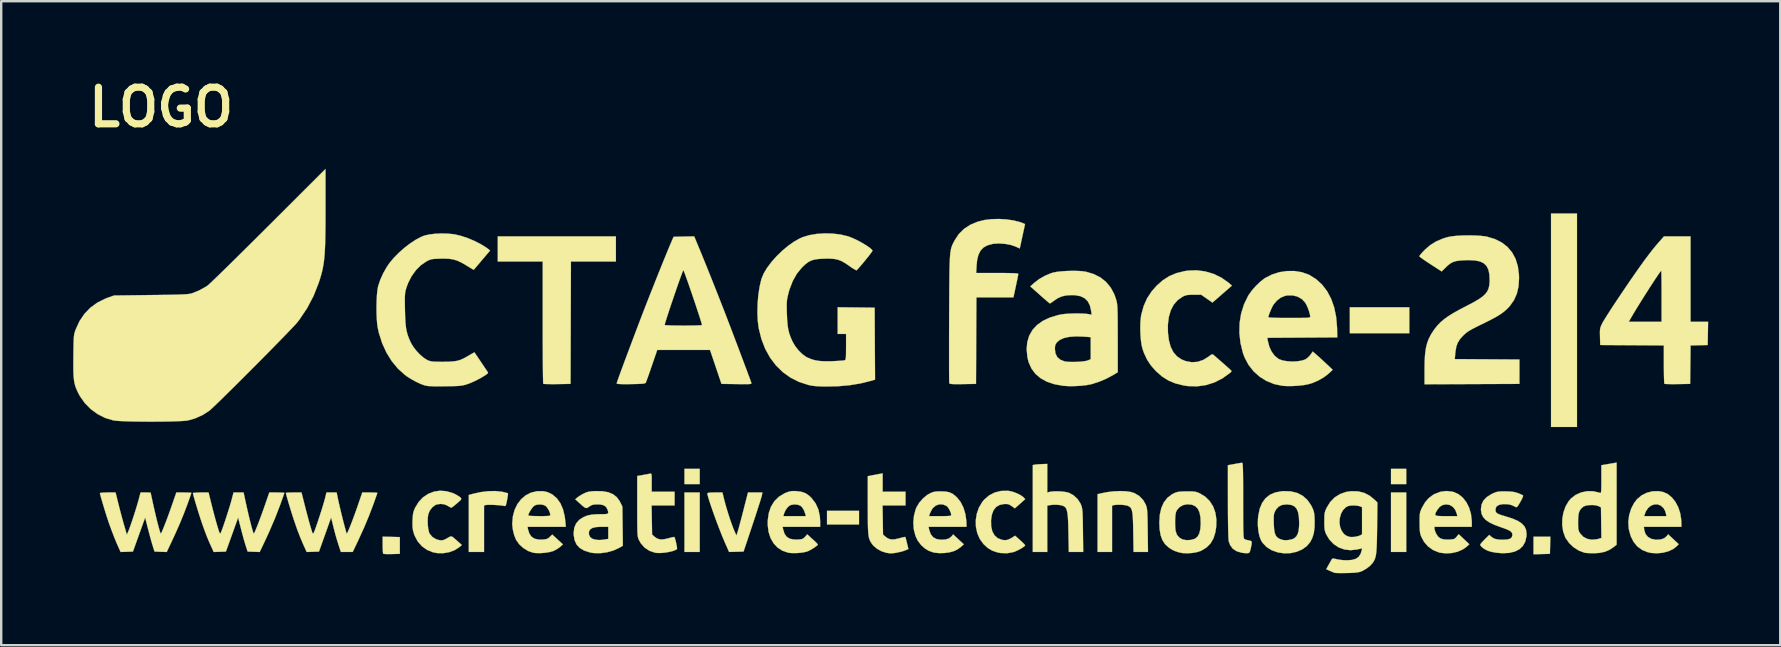
<source format=kicad_pcb>
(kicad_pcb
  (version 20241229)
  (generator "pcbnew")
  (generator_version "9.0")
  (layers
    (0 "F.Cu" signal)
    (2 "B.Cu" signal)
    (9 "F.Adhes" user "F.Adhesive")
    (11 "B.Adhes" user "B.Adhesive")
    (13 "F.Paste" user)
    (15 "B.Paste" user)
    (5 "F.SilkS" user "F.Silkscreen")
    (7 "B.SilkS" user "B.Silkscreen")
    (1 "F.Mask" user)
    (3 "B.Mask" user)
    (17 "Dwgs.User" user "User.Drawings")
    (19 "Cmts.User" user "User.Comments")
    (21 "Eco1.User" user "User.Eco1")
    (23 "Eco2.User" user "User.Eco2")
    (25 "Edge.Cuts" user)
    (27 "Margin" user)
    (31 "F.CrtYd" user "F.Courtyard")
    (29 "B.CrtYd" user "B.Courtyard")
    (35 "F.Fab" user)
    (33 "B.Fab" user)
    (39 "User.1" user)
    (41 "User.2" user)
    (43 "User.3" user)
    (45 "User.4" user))
  (footprint "LOGO"
    (layer "F.Cu")
    (at 34.164 12.418)
    (property "Reference" "LOGO" (at -30.5 -11 0) (layer "F.SilkS") (effects (font (size 1.524 1.524) (thickness 0.3))))
    (attr through_hole)
    (fp_poly (pts (xy -8.065 4.699) (xy -8.7 4.699) (xy -8.7 4.064) (xy -8.065 4.064) (xy -8.065 4.699)) (stroke (width 0.01) (type solid)) (fill yes) (layer "F.SilkS"))
    (fp_poly (pts (xy -8.065 7.525) (xy -8.7 7.525) (xy -8.7 5.048) (xy -8.065 5.048) (xy -8.065 7.525)) (stroke (width 0.01) (type solid)) (fill yes) (layer "F.SilkS"))
    (fp_poly (pts (xy -1.429 6.382) (xy -2.762 6.382) (xy -2.762 5.81) (xy -1.429 5.81) (xy -1.429 6.382)) (stroke (width 0.01) (type solid)) (fill yes) (layer "F.SilkS"))
    (fp_poly (pts (xy 21.368 4.699) (xy 20.733 4.699) (xy 20.733 4.064) (xy 21.368 4.064) (xy 21.368 4.699)) (stroke (width 0.01) (type solid)) (fill yes) (layer "F.SilkS"))
    (fp_poly (pts (xy 21.368 7.525) (xy 20.733 7.525) (xy 20.733 5.048) (xy 21.368 5.048) (xy 21.368 7.525)) (stroke (width 0.01) (type solid)) (fill yes) (layer "F.SilkS"))
    (fp_poly (pts (xy 21.495 -1.587) (xy 19.018 -1.587) (xy 19.018 -2.667) (xy 21.495 -2.667) (xy 21.495 -1.587)) (stroke (width 0.01) (type solid)) (fill yes) (layer "F.SilkS"))
    (fp_poly (pts (xy 28.48 2.318) (xy 27.4 2.318) (xy 27.4 -6.572) (xy 28.48 -6.572) (xy 28.48 2.318)) (stroke (width 0.01) (type solid)) (fill yes) (layer "F.SilkS"))
    (fp_poly (pts (xy 27.362 7.247) (xy 27.353 7.604) (xy 27.011 7.613) (xy 26.67 7.622) (xy 26.67 6.89) (xy 27.371 6.89) (xy 27.362 7.247)) (stroke (width 0.01) (type solid)) (fill yes) (layer "F.SilkS"))
    (fp_poly (pts (xy -20.915 6.897) (xy -20.558 6.906) (xy -20.558 7.604) (xy -20.893 7.613) (xy -21.033 7.615) (xy -21.149 7.612) (xy -21.226 7.606) (xy -21.25 7.6) (xy -21.259 7.561) (xy -21.267 7.472) (xy -21.271 7.348) (xy -21.273 7.233) (xy -21.273 6.888) (xy -20.915 6.897)) (stroke (width 0.01) (type solid)) (fill yes) (layer "F.SilkS"))
    (fp_poly (pts (xy -11.557 -4.572) (xy -13.43 -4.572) (xy -13.438 -2.024) (xy -13.446 0.524) (xy -14.004 0.533) (xy -14.186 0.534) (xy -14.346 0.533) (xy -14.472 0.53) (xy -14.555 0.525) (xy -14.583 0.519) (xy -14.587 0.485) (xy -14.59 0.392) (xy -14.593 0.245) (xy -14.596 0.049) (xy -14.598 -0.192) (xy -14.6 -0.471) (xy -14.602 -0.786) (xy -14.604 -1.13) (xy -14.605 -1.499) (xy -14.605 -1.888) (xy -14.605 -2.037) (xy -14.605 -4.572) (xy -16.478 -4.572) (xy -16.478 -5.62) (xy -11.557 -5.62) (xy -11.557 -4.572)) (stroke (width 0.01) (type solid)) (fill yes) (layer "F.SilkS"))
    (fp_poly (pts (xy -16.314 5.015) (xy -16.247 5.029) (xy -16.147 5.054) (xy -16.076 5.074) (xy -16.052 5.084) (xy -16.052 5.118) (xy -16.063 5.2) (xy -16.082 5.313) (xy -16.091 5.36) (xy -16.117 5.488) (xy -16.137 5.565) (xy -16.158 5.603) (xy -16.186 5.612) (xy -16.223 5.605) (xy -16.312 5.591) (xy -16.438 5.578) (xy -16.583 5.568) (xy -16.728 5.562) (xy -16.855 5.561) (xy -16.945 5.565) (xy -16.967 5.569) (xy -17.05 5.589) (xy -17.05 7.525) (xy -17.685 7.525) (xy -17.685 5.152) (xy -17.502 5.101) (xy -17.19 5.032) (xy -16.877 4.994) (xy -16.58 4.988) (xy -16.314 5.015)) (stroke (width 0.01) (type solid)) (fill yes) (layer "F.SilkS"))
    (fp_poly (pts (xy 9.681 4.997) (xy 9.889 5.026) (xy 10.049 5.076) (xy 10.25 5.198) (xy 10.41 5.365) (xy 10.517 5.555) (xy 10.537 5.61) (xy 10.554 5.666) (xy 10.566 5.731) (xy 10.576 5.814) (xy 10.583 5.922) (xy 10.588 6.064) (xy 10.593 6.248) (xy 10.596 6.484) (xy 10.598 6.628) (xy 10.609 7.525) (xy 10.008 7.525) (xy 9.995 6.707) (xy 9.99 6.424) (xy 9.983 6.198) (xy 9.973 6.021) (xy 9.958 5.886) (xy 9.936 5.787) (xy 9.907 5.715) (xy 9.869 5.665) (xy 9.821 5.629) (xy 9.765 5.603) (xy 9.666 5.577) (xy 9.529 5.561) (xy 9.381 5.557) (xy 9.248 5.564) (xy 9.184 5.576) (xy 9.112 5.595) (xy 9.112 7.525) (xy 8.509 7.525) (xy 8.509 5.119) (xy 8.644 5.086) (xy 8.907 5.033) (xy 9.176 5.001) (xy 9.439 4.989) (xy 9.681 4.997)) (stroke (width 0.01) (type solid)) (fill yes) (layer "F.SilkS"))
    (fp_poly (pts (xy -7.047 5.342) (xy -6.997 5.533) (xy -6.933 5.752) (xy -6.862 5.981) (xy -6.788 6.206) (xy -6.716 6.41) (xy -6.652 6.578) (xy -6.621 6.652) (xy -6.535 6.842) (xy -6.475 6.652) (xy -6.449 6.565) (xy -6.412 6.428) (xy -6.365 6.254) (xy -6.312 6.054) (xy -6.257 5.84) (xy -6.235 5.755) (xy -6.054 5.048) (xy -5.454 5.048) (xy -5.476 5.167) (xy -5.491 5.224) (xy -5.523 5.334) (xy -5.571 5.488) (xy -5.633 5.68) (xy -5.704 5.902) (xy -5.784 6.145) (xy -5.868 6.398) (xy -6.239 7.509) (xy -6.842 7.525) (xy -7.012 7.142) (xy -7.091 6.957) (xy -7.176 6.746) (xy -7.266 6.517) (xy -7.356 6.279) (xy -7.444 6.04) (xy -7.526 5.809) (xy -7.6 5.595) (xy -7.662 5.407) (xy -7.709 5.253) (xy -7.739 5.141) (xy -7.747 5.086) (xy -7.723 5.067) (xy -7.646 5.054) (xy -7.513 5.049) (xy -7.433 5.048) (xy -7.119 5.048) (xy -7.047 5.342)) (stroke (width 0.01) (type solid)) (fill yes) (layer "F.SilkS"))
    (fp_poly (pts (xy 6.414 4.454) (xy 6.413 5.049) (xy 6.501 5.025) (xy 6.624 5.005) (xy 6.785 4.998) (xy 6.962 5.003) (xy 7.131 5.02) (xy 7.271 5.047) (xy 7.317 5.061) (xy 7.513 5.169) (xy 7.678 5.323) (xy 7.798 5.51) (xy 7.816 5.551) (xy 7.838 5.607) (xy 7.854 5.664) (xy 7.867 5.728) (xy 7.877 5.809) (xy 7.884 5.915) (xy 7.89 6.054) (xy 7.894 6.236) (xy 7.897 6.467) (xy 7.899 6.628) (xy 7.91 7.525) (xy 7.311 7.525) (xy 7.295 6.723) (xy 7.289 6.436) (xy 7.28 6.205) (xy 7.268 6.023) (xy 7.25 5.885) (xy 7.226 5.782) (xy 7.195 5.708) (xy 7.154 5.657) (xy 7.102 5.62) (xy 7.06 5.6) (xy 6.949 5.572) (xy 6.802 5.558) (xy 6.644 5.56) (xy 6.513 5.576) (xy 6.413 5.596) (xy 6.413 7.525) (xy 5.81 7.525) (xy 5.81 3.906) (xy 5.882 3.891) (xy 5.949 3.882) (xy 6.056 3.873) (xy 6.181 3.866) (xy 6.183 3.866) (xy 6.414 3.858) (xy 6.414 4.454)) (stroke (width 0.01) (type solid)) (fill yes) (layer "F.SilkS"))
    (fp_poly (pts (xy -0.445 5.016) (xy 0.508 5.016) (xy 0.508 5.588) (xy -0.448 5.588) (xy -0.429 6.8) (xy -0.327 6.891) (xy -0.215 6.968) (xy -0.091 7.004) (xy 0.058 7) (xy 0.245 6.957) (xy 0.248 6.957) (xy 0.361 6.925) (xy 0.449 6.905) (xy 0.495 6.899) (xy 0.498 6.9) (xy 0.511 6.936) (xy 0.534 7.017) (xy 0.562 7.128) (xy 0.569 7.159) (xy 0.628 7.403) (xy 0.484 7.465) (xy 0.38 7.5) (xy 0.242 7.534) (xy 0.094 7.563) (xy -0.039 7.581) (xy -0.127 7.584) (xy -0.187 7.576) (xy -0.278 7.561) (xy -0.31 7.555) (xy -0.499 7.493) (xy -0.68 7.392) (xy -0.829 7.265) (xy -0.877 7.207) (xy -0.922 7.143) (xy -0.959 7.081) (xy -0.989 7.015) (xy -1.013 6.939) (xy -1.031 6.845) (xy -1.044 6.727) (xy -1.053 6.579) (xy -1.059 6.393) (xy -1.062 6.164) (xy -1.063 5.883) (xy -1.064 5.574) (xy -1.064 4.369) (xy -0.873 4.331) (xy -0.746 4.307) (xy -0.625 4.284) (xy -0.564 4.273) (xy -0.445 4.252) (xy -0.445 5.016)) (stroke (width 0.01) (type solid)) (fill yes) (layer "F.SilkS"))
    (fp_poly (pts (xy 14.543 3.823) (xy 14.551 3.863) (xy 14.557 3.936) (xy 14.563 4.045) (xy 14.567 4.196) (xy 14.57 4.392) (xy 14.572 4.637) (xy 14.573 4.936) (xy 14.573 5.294) (xy 14.573 5.378) (xy 14.574 5.743) (xy 14.574 6.049) (xy 14.576 6.302) (xy 14.578 6.506) (xy 14.582 6.666) (xy 14.586 6.788) (xy 14.592 6.875) (xy 14.6 6.934) (xy 14.609 6.968) (xy 14.617 6.982) (xy 14.675 7.01) (xy 14.766 7.036) (xy 14.8 7.043) (xy 14.885 7.061) (xy 14.924 7.086) (xy 14.931 7.133) (xy 14.929 7.165) (xy 14.915 7.256) (xy 14.892 7.371) (xy 14.881 7.418) (xy 14.855 7.51) (xy 14.825 7.557) (xy 14.779 7.575) (xy 14.748 7.577) (xy 14.656 7.575) (xy 14.542 7.562) (xy 14.507 7.557) (xy 14.302 7.495) (xy 14.144 7.391) (xy 14.032 7.243) (xy 13.973 7.08) (xy 13.965 7.013) (xy 13.958 6.887) (xy 13.952 6.706) (xy 13.947 6.474) (xy 13.943 6.197) (xy 13.94 5.878) (xy 13.939 5.521) (xy 13.939 5.425) (xy 13.938 3.912) (xy 14.216 3.861) (xy 14.345 3.838) (xy 14.452 3.82) (xy 14.521 3.811) (xy 14.534 3.81) (xy 14.543 3.823)) (stroke (width 0.01) (type solid)) (fill yes) (layer "F.SilkS"))
    (fp_poly (pts (xy -10.086 4.267) (xy -10.074 4.299) (xy -10.067 4.363) (xy -10.065 4.471) (xy -10.065 4.632) (xy -10.065 5.016) (xy -9.112 5.016) (xy -9.112 5.588) (xy -10.07 5.588) (xy -10.059 6.194) (xy -10.049 6.8) (xy -9.947 6.891) (xy -9.835 6.968) (xy -9.711 7.004) (xy -9.562 7) (xy -9.375 6.957) (xy -9.372 6.957) (xy -9.259 6.925) (xy -9.171 6.905) (xy -9.125 6.9) (xy -9.122 6.901) (xy -9.102 6.944) (xy -9.077 7.027) (xy -9.051 7.133) (xy -9.029 7.241) (xy -9.013 7.335) (xy -9.009 7.395) (xy -9.012 7.406) (xy -9.09 7.453) (xy -9.214 7.495) (xy -9.369 7.53) (xy -9.538 7.556) (xy -9.705 7.569) (xy -9.854 7.566) (xy -9.927 7.556) (xy -10.158 7.478) (xy -10.356 7.348) (xy -10.514 7.172) (xy -10.593 7.033) (xy -10.612 6.992) (xy -10.627 6.952) (xy -10.639 6.907) (xy -10.649 6.849) (xy -10.656 6.774) (xy -10.661 6.673) (xy -10.664 6.54) (xy -10.666 6.369) (xy -10.667 6.153) (xy -10.668 5.886) (xy -10.668 5.617) (xy -10.668 4.36) (xy -10.438 4.32) (xy -10.314 4.298) (xy -10.206 4.278) (xy -10.138 4.264) (xy -10.136 4.264) (xy -10.106 4.259) (xy -10.086 4.267)) (stroke (width 0.01) (type solid)) (fill yes) (layer "F.SilkS"))
    (fp_poly (pts (xy 4.829 4.985) (xy 4.978 5.019) (xy 5.137 5.077) (xy 5.285 5.15) (xy 5.399 5.227) (xy 5.429 5.255) (xy 5.495 5.325) (xy 5.28 5.516) (xy 5.064 5.708) (xy 4.926 5.613) (xy 4.837 5.557) (xy 4.761 5.531) (xy 4.667 5.527) (xy 4.607 5.53) (xy 4.424 5.568) (xy 4.28 5.654) (xy 4.174 5.789) (xy 4.105 5.974) (xy 4.071 6.21) (xy 4.076 6.458) (xy 4.124 6.666) (xy 4.214 6.83) (xy 4.345 6.948) (xy 4.515 7.017) (xy 4.522 7.019) (xy 4.644 7.036) (xy 4.754 7.022) (xy 4.873 6.972) (xy 4.989 6.902) (xy 5.073 6.848) (xy 5.283 7.035) (xy 5.376 7.121) (xy 5.448 7.192) (xy 5.488 7.237) (xy 5.493 7.245) (xy 5.466 7.283) (xy 5.396 7.336) (xy 5.297 7.397) (xy 5.183 7.457) (xy 5.071 7.507) (xy 5.009 7.53) (xy 4.74 7.58) (xy 4.462 7.569) (xy 4.334 7.544) (xy 4.117 7.47) (xy 3.934 7.36) (xy 3.761 7.201) (xy 3.754 7.193) (xy 3.6 6.98) (xy 3.496 6.738) (xy 3.441 6.476) (xy 3.434 6.206) (xy 3.476 5.938) (xy 3.565 5.681) (xy 3.703 5.448) (xy 3.796 5.335) (xy 3.997 5.166) (xy 4.23 5.047) (xy 4.487 4.984) (xy 4.76 4.978) (xy 4.829 4.985)) (stroke (width 0.01) (type solid)) (fill yes) (layer "F.SilkS"))
    (fp_poly (pts (xy 32.074 5.028) (xy 32.266 5.116) (xy 32.437 5.257) (xy 32.584 5.443) (xy 32.701 5.666) (xy 32.782 5.918) (xy 32.824 6.189) (xy 32.829 6.31) (xy 32.83 6.477) (xy 31.265 6.477) (xy 31.283 6.609) (xy 31.333 6.772) (xy 31.432 6.896) (xy 31.574 6.979) (xy 31.755 7.015) (xy 31.803 7.017) (xy 31.981 7.002) (xy 32.114 6.955) (xy 32.212 6.872) (xy 32.213 6.871) (xy 32.279 6.791) (xy 32.499 6.996) (xy 32.718 7.201) (xy 32.645 7.279) (xy 32.492 7.402) (xy 32.294 7.495) (xy 32.068 7.556) (xy 31.826 7.581) (xy 31.584 7.568) (xy 31.435 7.538) (xy 31.197 7.443) (xy 30.998 7.299) (xy 30.838 7.106) (xy 30.718 6.866) (xy 30.641 6.58) (xy 30.636 6.548) (xy 30.619 6.272) (xy 30.649 6.032) (xy 31.277 6.032) (xy 32.203 6.032) (xy 32.184 5.918) (xy 32.152 5.816) (xy 32.096 5.713) (xy 32.085 5.699) (xy 31.972 5.594) (xy 31.841 5.543) (xy 31.703 5.544) (xy 31.569 5.593) (xy 31.449 5.688) (xy 31.354 5.826) (xy 31.324 5.898) (xy 31.277 6.032) (xy 30.649 6.032) (xy 30.654 5.992) (xy 30.737 5.723) (xy 30.864 5.48) (xy 30.984 5.326) (xy 31.17 5.169) (xy 31.39 5.059) (xy 31.63 4.998) (xy 31.878 4.992) (xy 32.074 5.028)) (stroke (width 0.01) (type solid)) (fill yes) (layer "F.SilkS"))
    (fp_poly (pts (xy -18.62 4.994) (xy -18.354 5.072) (xy -18.27 5.11) (xy -18.163 5.168) (xy -18.073 5.224) (xy -18.024 5.264) (xy -18.001 5.295) (xy -18.001 5.325) (xy -18.029 5.365) (xy -18.093 5.427) (xy -18.18 5.503) (xy -18.277 5.584) (xy -18.357 5.646) (xy -18.407 5.68) (xy -18.416 5.683) (xy -18.457 5.667) (xy -18.528 5.625) (xy -18.561 5.604) (xy -18.698 5.544) (xy -18.858 5.523) (xy -19.013 5.545) (xy -19.08 5.571) (xy -19.208 5.668) (xy -19.312 5.807) (xy -19.37 5.947) (xy -19.391 6.076) (xy -19.398 6.236) (xy -19.392 6.405) (xy -19.374 6.566) (xy -19.344 6.697) (xy -19.317 6.764) (xy -19.202 6.901) (xy -19.046 6.995) (xy -18.906 7.035) (xy -18.818 7.042) (xy -18.741 7.029) (xy -18.651 6.99) (xy -18.587 6.954) (xy -18.512 6.911) (xy -18.458 6.883) (xy -18.414 6.877) (xy -18.367 6.896) (xy -18.304 6.943) (xy -18.213 7.023) (xy -18.123 7.104) (xy -17.974 7.237) (xy -18.076 7.322) (xy -18.27 7.449) (xy -18.501 7.535) (xy -18.75 7.577) (xy -19.002 7.573) (xy -19.177 7.539) (xy -19.424 7.439) (xy -19.638 7.287) (xy -19.811 7.09) (xy -19.939 6.853) (xy -19.974 6.753) (xy -20.008 6.631) (xy -20.026 6.515) (xy -20.032 6.382) (xy -20.029 6.214) (xy -20.02 6.052) (xy -20.006 5.933) (xy -19.982 5.834) (xy -19.943 5.734) (xy -19.92 5.683) (xy -19.774 5.443) (xy -19.591 5.249) (xy -19.376 5.105) (xy -19.138 5.013) (xy -18.883 4.975) (xy -18.62 4.994)) (stroke (width 0.01) (type solid)) (fill yes) (layer "F.SilkS"))
    (fp_poly (pts (xy 30.131 7.223) (xy 30.018 7.313) (xy 29.833 7.438) (xy 29.637 7.52) (xy 29.415 7.565) (xy 29.226 7.578) (xy 29.075 7.578) (xy 28.935 7.572) (xy 28.826 7.562) (xy 28.789 7.555) (xy 28.557 7.468) (xy 28.339 7.33) (xy 28.152 7.153) (xy 28.01 6.951) (xy 27.99 6.913) (xy 27.905 6.673) (xy 27.865 6.411) (xy 27.868 6.273) (xy 28.527 6.273) (xy 28.528 6.429) (xy 28.533 6.538) (xy 28.545 6.614) (xy 28.566 6.675) (xy 28.6 6.734) (xy 28.617 6.76) (xy 28.74 6.892) (xy 28.901 6.978) (xy 29.088 7.015) (xy 29.292 7) (xy 29.374 6.98) (xy 29.497 6.943) (xy 29.488 6.305) (xy 29.48 5.668) (xy 29.385 5.62) (xy 29.274 5.585) (xy 29.133 5.57) (xy 28.984 5.574) (xy 28.849 5.595) (xy 28.751 5.634) (xy 28.744 5.639) (xy 28.655 5.717) (xy 28.593 5.804) (xy 28.554 5.912) (xy 28.534 6.056) (xy 28.527 6.249) (xy 28.527 6.273) (xy 27.868 6.273) (xy 27.87 6.14) (xy 27.918 5.874) (xy 28.006 5.627) (xy 28.133 5.411) (xy 28.226 5.302) (xy 28.421 5.15) (xy 28.648 5.047) (xy 28.895 4.995) (xy 29.151 4.996) (xy 29.404 5.052) (xy 29.444 5.067) (xy 29.462 5.069) (xy 29.476 5.053) (xy 29.485 5.011) (xy 29.491 4.935) (xy 29.494 4.817) (xy 29.496 4.649) (xy 29.496 4.499) (xy 29.496 3.912) (xy 29.71 3.876) (xy 29.838 3.854) (xy 29.955 3.834) (xy 30.028 3.821) (xy 30.131 3.803) (xy 30.131 7.223)) (stroke (width 0.01) (type solid)) (fill yes) (layer "F.SilkS"))
    (fp_poly (pts (xy -4.034 4.992) (xy -3.828 5.019) (xy -3.66 5.078) (xy -3.509 5.18) (xy -3.409 5.276) (xy -3.239 5.498) (xy -3.123 5.754) (xy -3.06 6.043) (xy -3.048 6.247) (xy -3.048 6.477) (xy -4.612 6.477) (xy -4.591 6.579) (xy -4.536 6.759) (xy -4.448 6.888) (xy -4.323 6.97) (xy -4.155 7.007) (xy -4.005 7.01) (xy -3.882 7.002) (xy -3.802 6.988) (xy -3.747 6.961) (xy -3.696 6.914) (xy -3.679 6.896) (xy -3.586 6.792) (xy -3.365 6.992) (xy -3.269 7.081) (xy -3.194 7.155) (xy -3.15 7.204) (xy -3.144 7.216) (xy -3.169 7.251) (xy -3.236 7.305) (xy -3.329 7.368) (xy -3.433 7.431) (xy -3.534 7.483) (xy -3.575 7.501) (xy -3.702 7.535) (xy -3.867 7.56) (xy -4.049 7.573) (xy -4.222 7.573) (xy -4.364 7.559) (xy -4.374 7.557) (xy -4.615 7.475) (xy -4.82 7.344) (xy -4.987 7.167) (xy -5.114 6.948) (xy -5.196 6.692) (xy -5.233 6.402) (xy -5.231 6.211) (xy -5.206 6.032) (xy -4.579 6.032) (xy -3.644 6.032) (xy -3.666 5.945) (xy -3.725 5.782) (xy -3.806 5.656) (xy -3.868 5.6) (xy -3.976 5.558) (xy -4.109 5.545) (xy -4.24 5.561) (xy -4.327 5.596) (xy -4.416 5.681) (xy -4.498 5.801) (xy -4.553 5.93) (xy -4.557 5.945) (xy -4.579 6.032) (xy -5.206 6.032) (xy -5.188 5.905) (xy -5.096 5.639) (xy -4.956 5.412) (xy -4.769 5.227) (xy -4.535 5.085) (xy -4.465 5.054) (xy -4.347 5.012) (xy -4.242 4.991) (xy -4.122 4.988) (xy -4.034 4.992)) (stroke (width 0.01) (type solid)) (fill yes) (layer "F.SilkS"))
    (fp_poly (pts (xy 33.211 -2.064) (xy 33.942 -2.064) (xy 33.934 -1.58) (xy 33.925 -1.095) (xy 33.568 -1.086) (xy 33.212 -1.077) (xy 33.203 -0.277) (xy 33.195 0.524) (xy 32.669 0.533) (xy 32.492 0.534) (xy 32.338 0.533) (xy 32.218 0.53) (xy 32.142 0.524) (xy 32.121 0.519) (xy 32.115 0.483) (xy 32.11 0.392) (xy 32.105 0.255) (xy 32.102 0.081) (xy 32.1 -0.121) (xy 32.099 -0.291) (xy 32.099 -1.079) (xy 30.774 -1.087) (xy 29.448 -1.095) (xy 29.439 -1.443) (xy 29.436 -1.599) (xy 29.438 -1.71) (xy 29.449 -1.793) (xy 29.471 -1.866) (xy 29.507 -1.948) (xy 29.526 -1.986) (xy 29.569 -2.064) (xy 30.636 -2.064) (xy 32.004 -2.064) (xy 32.004 -3.127) (xy 32.004 -3.38) (xy 32.003 -3.611) (xy 32.001 -3.814) (xy 31.999 -3.98) (xy 31.996 -4.103) (xy 31.993 -4.175) (xy 31.991 -4.191) (xy 31.965 -4.165) (xy 31.911 -4.092) (xy 31.832 -3.978) (xy 31.734 -3.831) (xy 31.62 -3.657) (xy 31.495 -3.464) (xy 31.363 -3.257) (xy 31.228 -3.045) (xy 31.096 -2.833) (xy 30.97 -2.629) (xy 30.855 -2.439) (xy 30.756 -2.271) (xy 30.723 -2.215) (xy 30.636 -2.064) (xy 29.569 -2.064) (xy 29.569 -2.064) (xy 29.642 -2.186) (xy 29.74 -2.342) (xy 29.856 -2.523) (xy 29.984 -2.721) (xy 30.119 -2.924) (xy 30.408 -3.355) (xy 30.667 -3.736) (xy 30.899 -4.072) (xy 31.107 -4.367) (xy 31.293 -4.626) (xy 31.463 -4.852) (xy 31.617 -5.052) (xy 31.761 -5.228) (xy 31.886 -5.374) (xy 32.103 -5.62) (xy 33.211 -5.62) (xy 33.211 -2.064)) (stroke (width 0.01) (type solid)) (fill yes) (layer "F.SilkS"))
    (fp_poly (pts (xy 12.388 5.003) (xy 12.506 5.008) (xy 12.595 5.021) (xy 12.673 5.044) (xy 12.755 5.079) (xy 12.767 5.084) (xy 12.997 5.225) (xy 13.183 5.409) (xy 13.324 5.631) (xy 13.416 5.887) (xy 13.459 6.173) (xy 13.451 6.484) (xy 13.415 6.711) (xy 13.335 6.965) (xy 13.211 7.175) (xy 13.04 7.344) (xy 12.818 7.478) (xy 12.804 7.484) (xy 12.651 7.534) (xy 12.46 7.567) (xy 12.256 7.581) (xy 12.062 7.574) (xy 11.906 7.545) (xy 11.758 7.497) (xy 11.647 7.449) (xy 11.545 7.39) (xy 11.468 7.336) (xy 11.321 7.201) (xy 11.211 7.035) (xy 11.136 6.831) (xy 11.094 6.583) (xy 11.081 6.3) (xy 11.084 6.264) (xy 11.739 6.264) (xy 11.742 6.429) (xy 11.751 6.579) (xy 11.761 6.655) (xy 11.817 6.813) (xy 11.924 6.934) (xy 12.049 7.003) (xy 12.209 7.034) (xy 12.386 7.026) (xy 12.548 6.981) (xy 12.574 6.969) (xy 12.677 6.883) (xy 12.749 6.748) (xy 12.792 6.559) (xy 12.806 6.336) (xy 12.795 6.081) (xy 12.756 5.88) (xy 12.687 5.729) (xy 12.586 5.624) (xy 12.45 5.562) (xy 12.42 5.554) (xy 12.236 5.539) (xy 12.067 5.576) (xy 11.923 5.658) (xy 11.816 5.78) (xy 11.775 5.871) (xy 11.756 5.965) (xy 11.744 6.103) (xy 11.739 6.264) (xy 11.084 6.264) (xy 11.102 5.973) (xy 11.165 5.694) (xy 11.269 5.461) (xy 11.416 5.272) (xy 11.607 5.125) (xy 11.712 5.071) (xy 11.792 5.04) (xy 11.878 5.02) (xy 11.988 5.008) (xy 12.137 5.003) (xy 12.224 5.002) (xy 12.388 5.003)) (stroke (width 0.01) (type solid)) (fill yes) (layer "F.SilkS"))
    (fp_poly (pts (xy 16.559 5.002) (xy 16.823 5.066) (xy 17.051 5.183) (xy 17.243 5.352) (xy 17.399 5.573) (xy 17.437 5.647) (xy 17.484 5.748) (xy 17.515 5.836) (xy 17.534 5.93) (xy 17.545 6.049) (xy 17.552 6.21) (xy 17.549 6.496) (xy 17.518 6.736) (xy 17.455 6.942) (xy 17.364 7.117) (xy 17.219 7.286) (xy 17.03 7.421) (xy 16.806 7.517) (xy 16.558 7.573) (xy 16.297 7.584) (xy 16.032 7.547) (xy 16.018 7.544) (xy 15.766 7.455) (xy 15.555 7.324) (xy 15.391 7.155) (xy 15.324 7.051) (xy 15.255 6.879) (xy 15.209 6.663) (xy 15.186 6.419) (xy 15.189 6.164) (xy 15.193 6.125) (xy 15.846 6.125) (xy 15.848 6.273) (xy 15.849 6.334) (xy 15.861 6.552) (xy 15.886 6.717) (xy 15.93 6.838) (xy 15.998 6.923) (xy 16.096 6.983) (xy 16.229 7.026) (xy 16.24 7.029) (xy 16.343 7.038) (xy 16.471 7.027) (xy 16.595 7.002) (xy 16.689 6.965) (xy 16.701 6.958) (xy 16.787 6.878) (xy 16.847 6.774) (xy 16.885 6.635) (xy 16.904 6.452) (xy 16.907 6.302) (xy 16.895 6.054) (xy 16.859 5.861) (xy 16.796 5.718) (xy 16.702 5.621) (xy 16.573 5.565) (xy 16.407 5.545) (xy 16.379 5.545) (xy 16.196 5.567) (xy 16.055 5.635) (xy 15.947 5.752) (xy 15.913 5.811) (xy 15.881 5.878) (xy 15.861 5.942) (xy 15.85 6.019) (xy 15.846 6.125) (xy 15.193 6.125) (xy 15.205 6.007) (xy 15.266 5.717) (xy 15.367 5.477) (xy 15.507 5.286) (xy 15.687 5.143) (xy 15.91 5.047) (xy 16.176 4.997) (xy 16.262 4.991) (xy 16.559 5.002)) (stroke (width 0.01) (type solid)) (fill yes) (layer "F.SilkS"))
    (fp_poly (pts (xy -14.585 4.994) (xy -14.398 5.035) (xy -14.222 5.121) (xy -14.186 5.144) (xy -14.009 5.299) (xy -13.865 5.504) (xy -13.758 5.755) (xy -13.688 6.049) (xy -13.667 6.217) (xy -13.644 6.477) (xy -15.238 6.477) (xy -15.219 6.58) (xy -15.162 6.761) (xy -15.071 6.892) (xy -14.94 6.975) (xy -14.767 7.011) (xy -14.623 7.011) (xy -14.502 6.999) (xy -14.42 6.978) (xy -14.355 6.938) (xy -14.312 6.899) (xy -14.208 6.8) (xy -13.764 7.209) (xy -13.887 7.319) (xy -13.993 7.395) (xy -14.12 7.466) (xy -14.182 7.492) (xy -14.33 7.532) (xy -14.513 7.56) (xy -14.708 7.574) (xy -14.888 7.572) (xy -15.007 7.557) (xy -15.217 7.483) (xy -15.416 7.36) (xy -15.588 7.201) (xy -15.716 7.018) (xy -15.719 7.011) (xy -15.794 6.823) (xy -15.848 6.606) (xy -15.874 6.394) (xy -15.875 6.348) (xy -15.85 6.049) (xy -15.836 5.997) (xy -15.208 5.997) (xy -15.182 6.013) (xy -15.1 6.024) (xy -14.962 6.03) (xy -14.762 6.032) (xy -14.748 6.032) (xy -14.568 6.032) (xy -14.441 6.029) (xy -14.36 6.023) (xy -14.313 6.013) (xy -14.293 5.998) (xy -14.288 5.977) (xy -14.31 5.881) (xy -14.362 5.767) (xy -14.43 5.664) (xy -14.495 5.6) (xy -14.605 5.558) (xy -14.742 5.545) (xy -14.874 5.563) (xy -14.957 5.598) (xy -15.014 5.653) (xy -15.08 5.74) (xy -15.143 5.841) (xy -15.19 5.933) (xy -15.208 5.997) (xy -15.836 5.997) (xy -15.778 5.776) (xy -15.662 5.535) (xy -15.508 5.332) (xy -15.32 5.171) (xy -15.101 5.057) (xy -14.857 4.998) (xy -14.802 4.993) (xy -14.585 4.994)) (stroke (width 0.01) (type solid)) (fill yes) (layer "F.SilkS"))
    (fp_poly (pts (xy 2.181 5.009) (xy 2.335 5.04) (xy 2.467 5.101) (xy 2.595 5.2) (xy 2.661 5.263) (xy 2.807 5.45) (xy 2.922 5.681) (xy 3.002 5.947) (xy 3.043 6.235) (xy 3.047 6.358) (xy 3.048 6.477) (xy 1.467 6.477) (xy 1.497 6.612) (xy 1.56 6.788) (xy 1.66 6.912) (xy 1.799 6.988) (xy 1.98 7.016) (xy 2.006 7.017) (xy 2.186 7.004) (xy 2.318 6.962) (xy 2.416 6.886) (xy 2.429 6.872) (xy 2.492 6.794) (xy 2.937 7.207) (xy 2.813 7.318) (xy 2.708 7.395) (xy 2.58 7.466) (xy 2.519 7.492) (xy 2.337 7.542) (xy 2.127 7.569) (xy 1.913 7.574) (xy 1.721 7.555) (xy 1.654 7.54) (xy 1.473 7.475) (xy 1.323 7.386) (xy 1.179 7.258) (xy 1.145 7.222) (xy 1.017 7.054) (xy 0.926 6.863) (xy 0.864 6.632) (xy 0.85 6.551) (xy 0.834 6.288) (xy 0.859 6.032) (xy 1.488 6.032) (xy 1.95 6.032) (xy 2.131 6.032) (xy 2.258 6.029) (xy 2.34 6.023) (xy 2.387 6.013) (xy 2.408 5.998) (xy 2.412 5.977) (xy 2.393 5.887) (xy 2.345 5.779) (xy 2.284 5.679) (xy 2.222 5.612) (xy 2.217 5.609) (xy 2.068 5.546) (xy 1.915 5.541) (xy 1.771 5.591) (xy 1.651 5.692) (xy 1.606 5.757) (xy 1.556 5.853) (xy 1.518 5.937) (xy 1.509 5.961) (xy 1.488 6.032) (xy 0.859 6.032) (xy 0.861 6.016) (xy 0.927 5.76) (xy 0.967 5.662) (xy 1.08 5.473) (xy 1.236 5.296) (xy 1.413 5.15) (xy 1.52 5.088) (xy 1.619 5.044) (xy 1.708 5.018) (xy 1.811 5.005) (xy 1.951 5.001) (xy 1.984 5.001) (xy 2.181 5.009)) (stroke (width 0.01) (type solid)) (fill yes) (layer "F.SilkS"))
    (fp_poly (pts (xy 23.291 5.015) (xy 23.343 5.028) (xy 23.545 5.119) (xy 23.723 5.263) (xy 23.871 5.452) (xy 23.986 5.678) (xy 24.063 5.935) (xy 24.096 6.215) (xy 24.098 6.279) (xy 24.098 6.477) (xy 22.543 6.477) (xy 22.543 6.55) (xy 22.557 6.621) (xy 22.592 6.717) (xy 22.614 6.764) (xy 22.692 6.884) (xy 22.791 6.961) (xy 22.923 7.002) (xy 23.099 7.011) (xy 23.142 7.01) (xy 23.265 7.002) (xy 23.343 6.989) (xy 23.397 6.963) (xy 23.444 6.918) (xy 23.465 6.893) (xy 23.553 6.787) (xy 23.774 6.995) (xy 23.995 7.202) (xy 23.896 7.297) (xy 23.722 7.422) (xy 23.507 7.515) (xy 23.268 7.57) (xy 23.02 7.585) (xy 22.779 7.557) (xy 22.731 7.545) (xy 22.489 7.448) (xy 22.279 7.299) (xy 22.11 7.106) (xy 21.995 6.892) (xy 21.965 6.807) (xy 21.944 6.723) (xy 21.932 6.622) (xy 21.926 6.491) (xy 21.924 6.312) (xy 21.924 6.302) (xy 21.924 6.131) (xy 21.928 6.008) (xy 21.934 5.946) (xy 22.574 5.946) (xy 22.579 5.988) (xy 22.621 6.014) (xy 22.707 6.027) (xy 22.842 6.032) (xy 23.035 6.032) (xy 23.035 6.032) (xy 23.496 6.032) (xy 23.476 5.945) (xy 23.411 5.774) (xy 23.309 5.646) (xy 23.178 5.567) (xy 23.03 5.543) (xy 22.881 5.571) (xy 22.758 5.649) (xy 22.654 5.785) (xy 22.646 5.797) (xy 22.598 5.884) (xy 22.574 5.946) (xy 21.934 5.946) (xy 21.938 5.916) (xy 21.955 5.841) (xy 21.984 5.767) (xy 22.023 5.683) (xy 22.152 5.458) (xy 22.302 5.284) (xy 22.485 5.147) (xy 22.545 5.113) (xy 22.786 5.019) (xy 23.038 4.986) (xy 23.291 5.015)) (stroke (width 0.01) (type solid)) (fill yes) (layer "F.SilkS"))
    (fp_poly (pts (xy -12.108 4.996) (xy -11.869 5.039) (xy -11.674 5.122) (xy -11.518 5.245) (xy -11.398 5.412) (xy -11.376 5.455) (xy -11.287 5.636) (xy -11.267 7.266) (xy -11.407 7.348) (xy -11.651 7.461) (xy -11.925 7.539) (xy -12.208 7.577) (xy -12.482 7.572) (xy -12.636 7.546) (xy -12.876 7.469) (xy -13.061 7.361) (xy -13.194 7.218) (xy -13.277 7.039) (xy -13.314 6.819) (xy -13.314 6.789) (xy -12.68 6.789) (xy -12.678 6.802) (xy -12.627 6.91) (xy -12.525 6.982) (xy -12.388 7.016) (xy -12.291 7.026) (xy -12.211 7.027) (xy -12.121 7.019) (xy -11.995 7.001) (xy -11.994 7.001) (xy -11.874 6.982) (xy -11.874 6.477) (xy -12.162 6.477) (xy -12.373 6.488) (xy -12.528 6.523) (xy -12.629 6.584) (xy -12.678 6.672) (xy -12.68 6.789) (xy -13.314 6.789) (xy -13.316 6.731) (xy -13.29 6.515) (xy -13.214 6.337) (xy -13.087 6.192) (xy -13.046 6.161) (xy -12.9 6.07) (xy -12.746 6.008) (xy -12.567 5.971) (xy -12.349 5.955) (xy -12.232 5.953) (xy -12.069 5.952) (xy -11.96 5.946) (xy -11.899 5.929) (xy -11.875 5.897) (xy -11.88 5.843) (xy -11.906 5.762) (xy -11.909 5.754) (xy -11.968 5.649) (xy -12.063 5.581) (xy -12.202 5.548) (xy -12.324 5.543) (xy -12.452 5.548) (xy -12.543 5.567) (xy -12.624 5.606) (xy -12.664 5.633) (xy -12.725 5.674) (xy -12.773 5.695) (xy -12.819 5.692) (xy -12.876 5.66) (xy -12.956 5.596) (xy -13.07 5.494) (xy -13.082 5.483) (xy -13.251 5.33) (xy -13.158 5.253) (xy -13.077 5.195) (xy -12.967 5.129) (xy -12.891 5.089) (xy -12.797 5.046) (xy -12.706 5.019) (xy -12.598 5.002) (xy -12.453 4.992) (xy -12.395 4.99) (xy -12.108 4.996)) (stroke (width 0.01) (type solid)) (fill yes) (layer "F.SilkS"))
    (fp_poly (pts (xy 12.99 -4.162) (xy 13.334 -4.061) (xy 13.657 -3.907) (xy 13.947 -3.706) (xy 13.973 -3.684) (xy 14.105 -3.57) (xy 13.7 -3.216) (xy 13.294 -2.863) (xy 13.059 -3.027) (xy 12.823 -3.191) (xy 12.515 -3.19) (xy 12.364 -3.188) (xy 12.256 -3.179) (xy 12.172 -3.161) (xy 12.092 -3.128) (xy 12.045 -3.105) (xy 11.844 -2.964) (xy 11.681 -2.775) (xy 11.558 -2.54) (xy 11.477 -2.262) (xy 11.438 -1.943) (xy 11.44 -1.619) (xy 11.479 -1.296) (xy 11.553 -1.024) (xy 11.664 -0.801) (xy 11.814 -0.626) (xy 12.002 -0.497) (xy 12.181 -0.425) (xy 12.433 -0.378) (xy 12.675 -0.394) (xy 12.909 -0.473) (xy 13.136 -0.614) (xy 13.157 -0.631) (xy 13.235 -0.689) (xy 13.284 -0.709) (xy 13.322 -0.697) (xy 13.332 -0.689) (xy 13.389 -0.64) (xy 13.479 -0.562) (xy 13.59 -0.465) (xy 13.71 -0.36) (xy 13.828 -0.256) (xy 13.931 -0.165) (xy 14.009 -0.095) (xy 14.047 -0.061) (xy 14.086 -0.018) (xy 14.083 0.013) (xy 14.034 0.06) (xy 14.031 0.062) (xy 13.713 0.293) (xy 13.375 0.464) (xy 13.018 0.576) (xy 12.648 0.627) (xy 12.268 0.615) (xy 12.081 0.587) (xy 11.75 0.504) (xy 11.461 0.384) (xy 11.2 0.22) (xy 10.952 0.003) (xy 10.936 -0.012) (xy 10.73 -0.246) (xy 10.57 -0.489) (xy 10.443 -0.761) (xy 10.381 -0.937) (xy 10.341 -1.106) (xy 10.312 -1.319) (xy 10.294 -1.56) (xy 10.288 -1.809) (xy 10.294 -2.049) (xy 10.314 -2.261) (xy 10.331 -2.362) (xy 10.43 -2.722) (xy 10.573 -3.043) (xy 10.766 -3.335) (xy 10.971 -3.568) (xy 11.229 -3.795) (xy 11.501 -3.968) (xy 11.8 -4.093) (xy 12.136 -4.174) (xy 12.282 -4.196) (xy 12.635 -4.208) (xy 12.99 -4.162)) (stroke (width 0.01) (type solid)) (fill yes) (layer "F.SilkS"))
    (fp_poly (pts (xy 4.713 -6.328) (xy 5.005 -6.285) (xy 5.263 -6.221) (xy 5.379 -6.179) (xy 5.487 -6.133) (xy 5.43 -5.869) (xy 5.394 -5.704) (xy 5.355 -5.522) (xy 5.321 -5.364) (xy 5.32 -5.36) (xy 5.267 -5.117) (xy 5.095 -5.196) (xy 4.893 -5.265) (xy 4.657 -5.309) (xy 4.41 -5.326) (xy 4.178 -5.313) (xy 4.133 -5.305) (xy 3.923 -5.249) (xy 3.758 -5.158) (xy 3.634 -5.028) (xy 3.546 -4.855) (xy 3.491 -4.633) (xy 3.469 -4.412) (xy 3.452 -4.096) (xy 4.329 -4.096) (xy 4.609 -4.095) (xy 4.83 -4.092) (xy 4.996 -4.088) (xy 5.111 -4.081) (xy 5.18 -4.073) (xy 5.206 -4.062) (xy 5.207 -4.059) (xy 5.201 -4.017) (xy 5.183 -3.924) (xy 5.156 -3.793) (xy 5.123 -3.635) (xy 5.105 -3.551) (xy 5.004 -3.08) (xy 3.461 -3.08) (xy 3.453 -1.278) (xy 3.445 0.524) (xy 2.896 0.533) (xy 2.69 0.535) (xy 2.538 0.534) (xy 2.435 0.53) (xy 2.371 0.521) (xy 2.339 0.508) (xy 2.332 0.498) (xy 2.329 0.46) (xy 2.327 0.364) (xy 2.325 0.214) (xy 2.324 0.014) (xy 2.323 -0.23) (xy 2.323 -0.514) (xy 2.323 -0.833) (xy 2.323 -1.182) (xy 2.324 -1.556) (xy 2.325 -1.951) (xy 2.326 -2.193) (xy 2.328 -2.682) (xy 2.33 -3.112) (xy 2.332 -3.487) (xy 2.335 -3.812) (xy 2.338 -4.091) (xy 2.343 -4.328) (xy 2.349 -4.529) (xy 2.357 -4.697) (xy 2.366 -4.836) (xy 2.379 -4.952) (xy 2.394 -5.048) (xy 2.412 -5.129) (xy 2.433 -5.199) (xy 2.458 -5.263) (xy 2.487 -5.326) (xy 2.521 -5.39) (xy 2.559 -5.462) (xy 2.559 -5.463) (xy 2.728 -5.718) (xy 2.945 -5.933) (xy 3.206 -6.104) (xy 3.508 -6.231) (xy 3.81 -6.305) (xy 4.098 -6.339) (xy 4.405 -6.346) (xy 4.713 -6.328)) (stroke (width 0.01) (type solid)) (fill yes) (layer "F.SilkS"))
    (fp_poly (pts (xy -32.28 5.532) (xy -32.226 5.742) (xy -32.166 5.972) (xy -32.106 6.194) (xy -32.052 6.385) (xy -32.044 6.411) (xy -31.929 6.805) (xy -31.868 6.665) (xy -31.827 6.562) (xy -31.773 6.411) (xy -31.71 6.227) (xy -31.643 6.024) (xy -31.577 5.816) (xy -31.515 5.616) (xy -31.463 5.439) (xy -31.432 5.326) (xy -31.359 5.048) (xy -31.15 5.048) (xy -30.94 5.049) (xy -30.836 5.533) (xy -30.783 5.767) (xy -30.73 5.995) (xy -30.679 6.208) (xy -30.63 6.398) (xy -30.587 6.556) (xy -30.552 6.675) (xy -30.526 6.746) (xy -30.515 6.763) (xy -30.495 6.734) (xy -30.457 6.653) (xy -30.404 6.527) (xy -30.34 6.365) (xy -30.266 6.173) (xy -30.187 5.959) (xy -30.105 5.732) (xy -30.036 5.532) (xy -29.868 5.048) (xy -29.555 5.048) (xy -29.423 5.05) (xy -29.318 5.054) (xy -29.255 5.059) (xy -29.242 5.064) (xy -29.252 5.097) (xy -29.28 5.18) (xy -29.322 5.301) (xy -29.375 5.449) (xy -29.404 5.53) (xy -29.551 5.92) (xy -29.719 6.331) (xy -29.915 6.773) (xy -30.085 7.139) (xy -30.268 7.527) (xy -30.523 7.518) (xy -30.777 7.509) (xy -30.852 7.271) (xy -30.888 7.151) (xy -30.934 6.989) (xy -30.984 6.803) (xy -31.034 6.613) (xy -31.047 6.563) (xy -31.168 6.093) (xy -31.422 6.801) (xy -31.676 7.509) (xy -31.933 7.518) (xy -32.189 7.527) (xy -32.27 7.349) (xy -32.369 7.124) (xy -32.476 6.86) (xy -32.583 6.579) (xy -32.683 6.302) (xy -32.692 6.277) (xy -32.735 6.146) (xy -32.786 5.989) (xy -32.84 5.815) (xy -32.894 5.637) (xy -32.945 5.466) (xy -32.99 5.312) (xy -33.025 5.188) (xy -33.046 5.105) (xy -33.052 5.075) (xy -33.022 5.064) (xy -32.942 5.055) (xy -32.826 5.05) (xy -32.725 5.048) (xy -32.399 5.048) (xy -32.28 5.532)) (stroke (width 0.01) (type solid)) (fill yes) (layer "F.SilkS"))
    (fp_poly (pts (xy -28.406 5.532) (xy -28.353 5.742) (xy -28.293 5.971) (xy -28.233 6.193) (xy -28.179 6.382) (xy -28.171 6.409) (xy -28.124 6.568) (xy -28.09 6.674) (xy -28.066 6.735) (xy -28.047 6.757) (xy -28.031 6.748) (xy -28.014 6.721) (xy -27.986 6.654) (xy -27.943 6.539) (xy -27.89 6.386) (xy -27.829 6.207) (xy -27.766 6.014) (xy -27.704 5.819) (xy -27.646 5.633) (xy -27.597 5.468) (xy -27.56 5.335) (xy -27.558 5.326) (xy -27.486 5.048) (xy -27.067 5.048) (xy -26.962 5.532) (xy -26.91 5.767) (xy -26.857 5.994) (xy -26.805 6.207) (xy -26.757 6.397) (xy -26.714 6.555) (xy -26.679 6.674) (xy -26.653 6.745) (xy -26.641 6.763) (xy -26.621 6.734) (xy -26.583 6.653) (xy -26.531 6.527) (xy -26.466 6.365) (xy -26.393 6.173) (xy -26.314 5.959) (xy -26.232 5.732) (xy -26.162 5.532) (xy -25.995 5.048) (xy -25.681 5.048) (xy -25.549 5.05) (xy -25.444 5.054) (xy -25.381 5.059) (xy -25.368 5.064) (xy -25.378 5.097) (xy -25.406 5.18) (xy -25.449 5.301) (xy -25.501 5.449) (xy -25.53 5.53) (xy -25.746 6.091) (xy -26.004 6.694) (xy -26.217 7.153) (xy -26.396 7.527) (xy -26.898 7.509) (xy -26.976 7.271) (xy -27.013 7.151) (xy -27.06 6.989) (xy -27.111 6.803) (xy -27.161 6.613) (xy -27.174 6.563) (xy -27.294 6.093) (xy -27.548 6.801) (xy -27.803 7.509) (xy -28.311 7.527) (xy -28.431 7.264) (xy -28.52 7.065) (xy -28.602 6.866) (xy -28.684 6.65) (xy -28.774 6.398) (xy -28.818 6.271) (xy -28.862 6.14) (xy -28.913 5.982) (xy -28.967 5.808) (xy -29.022 5.631) (xy -29.073 5.46) (xy -29.117 5.308) (xy -29.152 5.185) (xy -29.173 5.103) (xy -29.178 5.075) (xy -29.149 5.064) (xy -29.069 5.055) (xy -28.952 5.05) (xy -28.852 5.048) (xy -28.526 5.048) (xy -28.406 5.532)) (stroke (width 0.01) (type solid)) (fill yes) (layer "F.SilkS"))
    (fp_poly (pts (xy -24.518 5.584) (xy -24.465 5.793) (xy -24.407 6.011) (xy -24.352 6.217) (xy -24.303 6.393) (xy -24.283 6.461) (xy -24.239 6.607) (xy -24.209 6.701) (xy -24.187 6.749) (xy -24.169 6.76) (xy -24.152 6.741) (xy -24.14 6.718) (xy -24.112 6.653) (xy -24.069 6.538) (xy -24.016 6.386) (xy -23.956 6.207) (xy -23.893 6.015) (xy -23.83 5.82) (xy -23.772 5.634) (xy -23.723 5.469) (xy -23.685 5.336) (xy -23.67 5.278) (xy -23.615 5.048) (xy -23.19 5.048) (xy -23.15 5.247) (xy -23.121 5.386) (xy -23.083 5.553) (xy -23.039 5.74) (xy -22.992 5.936) (xy -22.944 6.131) (xy -22.897 6.316) (xy -22.853 6.481) (xy -22.816 6.617) (xy -22.788 6.713) (xy -22.771 6.76) (xy -22.768 6.763) (xy -22.748 6.734) (xy -22.709 6.653) (xy -22.656 6.527) (xy -22.591 6.364) (xy -22.517 6.172) (xy -22.438 5.958) (xy -22.356 5.73) (xy -22.288 5.532) (xy -22.122 5.048) (xy -21.808 5.048) (xy -21.676 5.05) (xy -21.571 5.054) (xy -21.508 5.059) (xy -21.495 5.064) (xy -21.505 5.097) (xy -21.533 5.18) (xy -21.575 5.3) (xy -21.627 5.448) (xy -21.653 5.52) (xy -21.838 6.008) (xy -22.047 6.508) (xy -22.288 7.036) (xy -22.324 7.113) (xy -22.52 7.525) (xy -23.014 7.525) (xy -23.115 7.219) (xy -23.164 7.063) (xy -23.221 6.87) (xy -23.276 6.667) (xy -23.318 6.503) (xy -23.42 6.092) (xy -23.926 7.509) (xy -24.438 7.527) (xy -24.557 7.266) (xy -24.693 6.951) (xy -24.826 6.608) (xy -24.961 6.221) (xy -25.012 6.064) (xy -25.064 5.903) (xy -25.117 5.73) (xy -25.17 5.555) (xy -25.218 5.391) (xy -25.259 5.249) (xy -25.288 5.14) (xy -25.303 5.076) (xy -25.305 5.066) (xy -25.275 5.059) (xy -25.195 5.053) (xy -25.079 5.049) (xy -24.979 5.048) (xy -24.654 5.048) (xy -24.518 5.584)) (stroke (width 0.01) (type solid)) (fill yes) (layer "F.SilkS"))
    (fp_poly (pts (xy 25.676 5.007) (xy 25.814 5.02) (xy 25.931 5.045) (xy 26.017 5.073) (xy 26.12 5.114) (xy 26.199 5.15) (xy 26.233 5.17) (xy 26.232 5.209) (xy 26.202 5.287) (xy 26.15 5.389) (xy 26.143 5.401) (xy 26.068 5.53) (xy 26.016 5.611) (xy 25.978 5.652) (xy 25.942 5.661) (xy 25.9 5.644) (xy 25.853 5.615) (xy 25.725 5.563) (xy 25.567 5.534) (xy 25.405 5.532) (xy 25.261 5.557) (xy 25.209 5.578) (xy 25.132 5.629) (xy 25.098 5.692) (xy 25.089 5.753) (xy 25.089 5.821) (xy 25.11 5.875) (xy 25.16 5.92) (xy 25.248 5.962) (xy 25.383 6.007) (xy 25.523 6.048) (xy 25.801 6.137) (xy 26.019 6.233) (xy 26.182 6.34) (xy 26.294 6.463) (xy 26.359 6.605) (xy 26.38 6.77) (xy 26.375 6.875) (xy 26.326 7.094) (xy 26.228 7.273) (xy 26.082 7.412) (xy 25.89 7.509) (xy 25.652 7.565) (xy 25.37 7.578) (xy 25.106 7.556) (xy 24.97 7.532) (xy 24.832 7.497) (xy 24.773 7.477) (xy 24.662 7.425) (xy 24.561 7.359) (xy 24.485 7.291) (xy 24.449 7.233) (xy 24.448 7.224) (xy 24.469 7.187) (xy 24.525 7.119) (xy 24.606 7.033) (xy 24.637 7.002) (xy 24.827 6.814) (xy 24.899 6.881) (xy 24.989 6.948) (xy 25.098 6.99) (xy 25.239 7.012) (xy 25.399 7.017) (xy 25.571 7.007) (xy 25.689 6.977) (xy 25.759 6.922) (xy 25.788 6.839) (xy 25.789 6.81) (xy 25.779 6.747) (xy 25.745 6.692) (xy 25.678 6.641) (xy 25.57 6.589) (xy 25.413 6.53) (xy 25.309 6.494) (xy 25.043 6.396) (xy 24.834 6.296) (xy 24.679 6.191) (xy 24.572 6.074) (xy 24.507 5.942) (xy 24.481 5.79) (xy 24.479 5.739) (xy 24.504 5.55) (xy 24.581 5.387) (xy 24.714 5.246) (xy 24.904 5.123) (xy 24.971 5.09) (xy 25.065 5.049) (xy 25.148 5.023) (xy 25.239 5.008) (xy 25.357 5.003) (xy 25.495 5.002) (xy 25.676 5.007)) (stroke (width 0.01) (type solid)) (fill yes) (layer "F.SilkS"))
    (fp_poly (pts (xy 24.209 -5.659) (xy 24.443 -5.646) (xy 24.644 -5.624) (xy 24.732 -5.608) (xy 25.062 -5.509) (xy 25.347 -5.366) (xy 25.586 -5.18) (xy 25.778 -4.952) (xy 25.922 -4.683) (xy 26.017 -4.375) (xy 26.063 -4.027) (xy 26.067 -3.875) (xy 26.045 -3.538) (xy 25.977 -3.239) (xy 25.86 -2.974) (xy 25.693 -2.734) (xy 25.646 -2.68) (xy 25.547 -2.578) (xy 25.439 -2.485) (xy 25.316 -2.394) (xy 25.167 -2.3) (xy 24.985 -2.198) (xy 24.761 -2.082) (xy 24.52 -1.963) (xy 24.312 -1.862) (xy 24.152 -1.78) (xy 24.03 -1.713) (xy 23.934 -1.653) (xy 23.856 -1.595) (xy 23.784 -1.531) (xy 23.732 -1.481) (xy 23.603 -1.336) (xy 23.514 -1.193) (xy 23.455 -1.032) (xy 23.42 -0.835) (xy 23.41 -0.739) (xy 23.39 -0.509) (xy 26.083 -0.492) (xy 26.083 0.524) (xy 24.106 0.532) (xy 22.13 0.54) (xy 22.13 -0.097) (xy 22.135 -0.43) (xy 22.152 -0.712) (xy 22.184 -0.952) (xy 22.234 -1.162) (xy 22.304 -1.352) (xy 22.397 -1.534) (xy 22.516 -1.717) (xy 22.555 -1.77) (xy 22.67 -1.913) (xy 22.798 -2.045) (xy 22.947 -2.172) (xy 23.124 -2.299) (xy 23.339 -2.432) (xy 23.597 -2.576) (xy 23.902 -2.735) (xy 24.167 -2.873) (xy 24.378 -2.996) (xy 24.541 -3.11) (xy 24.662 -3.221) (xy 24.747 -3.336) (xy 24.801 -3.461) (xy 24.831 -3.604) (xy 24.842 -3.77) (xy 24.842 -3.792) (xy 24.831 -4.037) (xy 24.79 -4.234) (xy 24.714 -4.387) (xy 24.599 -4.5) (xy 24.441 -4.576) (xy 24.235 -4.618) (xy 23.978 -4.631) (xy 23.83 -4.628) (xy 23.619 -4.616) (xy 23.457 -4.594) (xy 23.327 -4.557) (xy 23.217 -4.501) (xy 23.109 -4.418) (xy 23.019 -4.333) (xy 22.844 -4.161) (xy 22.385 -4.457) (xy 22.234 -4.556) (xy 22.102 -4.645) (xy 21.999 -4.718) (xy 21.934 -4.769) (xy 21.915 -4.789) (xy 21.931 -4.825) (xy 21.984 -4.893) (xy 22.065 -4.984) (xy 22.137 -5.058) (xy 22.367 -5.258) (xy 22.619 -5.414) (xy 22.908 -5.535) (xy 23.098 -5.592) (xy 23.259 -5.622) (xy 23.467 -5.645) (xy 23.705 -5.658) (xy 23.958 -5.663) (xy 24.209 -5.659)) (stroke (width 0.01) (type solid)) (fill yes) (layer "F.SilkS"))
    (fp_poly (pts (xy 19.36 5.001) (xy 19.618 5.065) (xy 19.852 5.187) (xy 20.051 5.353) (xy 20.167 5.469) (xy 20.154 6.521) (xy 20.149 6.835) (xy 20.144 7.092) (xy 20.136 7.301) (xy 20.126 7.468) (xy 20.113 7.6) (xy 20.094 7.705) (xy 20.071 7.79) (xy 20.041 7.862) (xy 20.003 7.929) (xy 19.97 7.98) (xy 19.863 8.099) (xy 19.717 8.214) (xy 19.552 8.31) (xy 19.494 8.335) (xy 19.416 8.361) (xy 19.318 8.379) (xy 19.187 8.392) (xy 19.013 8.4) (xy 18.891 8.403) (xy 18.724 8.405) (xy 18.576 8.405) (xy 18.462 8.402) (xy 18.394 8.397) (xy 18.383 8.395) (xy 18.328 8.373) (xy 18.239 8.335) (xy 18.185 8.311) (xy 18.034 8.244) (xy 18.15 8.035) (xy 18.208 7.932) (xy 18.255 7.85) (xy 18.283 7.807) (xy 18.284 7.805) (xy 18.323 7.8) (xy 18.403 7.812) (xy 18.477 7.829) (xy 18.601 7.852) (xy 18.754 7.868) (xy 18.89 7.873) (xy 19.105 7.858) (xy 19.268 7.811) (xy 19.387 7.728) (xy 19.467 7.605) (xy 19.508 7.473) (xy 19.529 7.375) (xy 19.314 7.423) (xy 19.047 7.452) (xy 18.791 7.422) (xy 18.554 7.336) (xy 18.343 7.197) (xy 18.165 7.01) (xy 18.038 6.798) (xy 18.001 6.713) (xy 17.977 6.635) (xy 17.963 6.547) (xy 17.956 6.431) (xy 17.955 6.31) (xy 18.586 6.31) (xy 18.616 6.497) (xy 18.678 6.643) (xy 18.76 6.761) (xy 18.85 6.836) (xy 18.972 6.888) (xy 18.985 6.892) (xy 19.091 6.905) (xy 19.226 6.896) (xy 19.36 6.868) (xy 19.439 6.837) (xy 19.526 6.793) (xy 19.526 5.662) (xy 19.445 5.625) (xy 19.37 5.605) (xy 19.259 5.592) (xy 19.164 5.588) (xy 19.03 5.595) (xy 18.932 5.619) (xy 18.858 5.659) (xy 18.737 5.777) (xy 18.65 5.934) (xy 18.599 6.117) (xy 18.586 6.31) (xy 17.955 6.31) (xy 17.955 6.27) (xy 17.955 6.255) (xy 17.956 6.093) (xy 17.961 5.976) (xy 17.974 5.888) (xy 17.997 5.809) (xy 18.034 5.723) (xy 18.053 5.683) (xy 18.199 5.445) (xy 18.387 5.253) (xy 18.612 5.112) (xy 18.869 5.023) (xy 19.075 4.994) (xy 19.36 5.001)) (stroke (width 0.01) (type solid)) (fill yes) (layer "F.SilkS"))
    (fp_poly (pts (xy 17.017 -4.129) (xy 17.298 -4.03) (xy 17.33 -4.015) (xy 17.615 -3.837) (xy 17.863 -3.61) (xy 18.072 -3.336) (xy 18.24 -3.018) (xy 18.366 -2.66) (xy 18.448 -2.262) (xy 18.485 -1.829) (xy 18.487 -1.778) (xy 18.494 -1.413) (xy 15.581 -1.396) (xy 15.601 -1.27) (xy 15.663 -1.027) (xy 15.761 -0.815) (xy 15.891 -0.642) (xy 16.046 -0.519) (xy 16.072 -0.505) (xy 16.223 -0.451) (xy 16.415 -0.419) (xy 16.626 -0.407) (xy 16.837 -0.417) (xy 17.026 -0.449) (xy 17.161 -0.494) (xy 17.247 -0.553) (xy 17.336 -0.64) (xy 17.373 -0.686) (xy 17.472 -0.824) (xy 17.618 -0.698) (xy 17.703 -0.624) (xy 17.817 -0.521) (xy 17.943 -0.404) (xy 18.034 -0.319) (xy 18.304 -0.064) (xy 18.142 0.089) (xy 17.945 0.243) (xy 17.707 0.381) (xy 17.452 0.49) (xy 17.297 0.536) (xy 17.114 0.572) (xy 16.891 0.598) (xy 16.654 0.613) (xy 16.426 0.616) (xy 16.231 0.606) (xy 16.208 0.604) (xy 15.865 0.531) (xy 15.546 0.403) (xy 15.258 0.223) (xy 15.006 -0.003) (xy 14.796 -0.271) (xy 14.633 -0.577) (xy 14.564 -0.764) (xy 14.462 -1.182) (xy 14.416 -1.601) (xy 14.426 -2.013) (xy 14.465 -2.253) (xy 15.621 -2.253) (xy 15.652 -2.244) (xy 15.742 -2.236) (xy 15.887 -2.23) (xy 16.082 -2.225) (xy 16.322 -2.223) (xy 16.494 -2.223) (xy 16.752 -2.223) (xy 16.954 -2.224) (xy 17.106 -2.226) (xy 17.215 -2.229) (xy 17.289 -2.235) (xy 17.334 -2.243) (xy 17.357 -2.255) (xy 17.366 -2.27) (xy 17.367 -2.283) (xy 17.353 -2.378) (xy 17.317 -2.506) (xy 17.266 -2.646) (xy 17.208 -2.774) (xy 17.158 -2.862) (xy 17.019 -3.009) (xy 16.843 -3.11) (xy 16.64 -3.162) (xy 16.421 -3.162) (xy 16.318 -3.143) (xy 16.143 -3.071) (xy 15.979 -2.947) (xy 15.841 -2.783) (xy 15.828 -2.762) (xy 15.784 -2.682) (xy 15.734 -2.573) (xy 15.685 -2.456) (xy 15.646 -2.35) (xy 15.624 -2.272) (xy 15.621 -2.253) (xy 14.465 -2.253) (xy 14.491 -2.413) (xy 14.61 -2.792) (xy 14.782 -3.144) (xy 14.811 -3.191) (xy 14.941 -3.372) (xy 15.104 -3.557) (xy 15.281 -3.727) (xy 15.454 -3.864) (xy 15.493 -3.889) (xy 15.773 -4.032) (xy 16.078 -4.129) (xy 16.395 -4.177) (xy 16.712 -4.178) (xy 17.017 -4.129)) (stroke (width 0.01) (type solid)) (fill yes) (layer "F.SilkS"))
    (fp_poly (pts (xy 7.681 -4.182) (xy 7.879 -4.169) (xy 8.027 -4.148) (xy 8.35 -4.051) (xy 8.631 -3.908) (xy 8.867 -3.718) (xy 9.06 -3.483) (xy 9.209 -3.202) (xy 9.293 -2.953) (xy 9.307 -2.896) (xy 9.318 -2.832) (xy 9.327 -2.755) (xy 9.334 -2.658) (xy 9.34 -2.535) (xy 9.344 -2.379) (xy 9.346 -2.184) (xy 9.348 -1.944) (xy 9.349 -1.652) (xy 9.349 -1.354) (xy 9.35 0.039) (xy 9.149 0.16) (xy 8.878 0.305) (xy 8.576 0.433) (xy 8.276 0.53) (xy 8.244 0.539) (xy 8.054 0.575) (xy 7.824 0.601) (xy 7.574 0.616) (xy 7.327 0.618) (xy 7.103 0.606) (xy 7.069 0.602) (xy 6.711 0.538) (xy 6.4 0.434) (xy 6.136 0.289) (xy 5.92 0.105) (xy 5.754 -0.117) (xy 5.638 -0.377) (xy 5.586 -0.586) (xy 5.555 -0.914) (xy 5.556 -0.934) (xy 6.731 -0.934) (xy 6.755 -0.745) (xy 6.828 -0.596) (xy 6.95 -0.487) (xy 7.123 -0.417) (xy 7.133 -0.414) (xy 7.241 -0.398) (xy 7.389 -0.391) (xy 7.559 -0.391) (xy 7.734 -0.398) (xy 7.896 -0.412) (xy 8.027 -0.432) (xy 8.104 -0.454) (xy 8.223 -0.505) (xy 8.223 -1.423) (xy 7.925 -1.445) (xy 7.606 -1.455) (xy 7.332 -1.435) (xy 7.106 -1.385) (xy 6.931 -1.306) (xy 6.828 -1.219) (xy 6.769 -1.142) (xy 6.74 -1.066) (xy 6.731 -0.963) (xy 6.731 -0.934) (xy 5.556 -0.934) (xy 5.58 -1.213) (xy 5.66 -1.482) (xy 5.796 -1.721) (xy 5.985 -1.927) (xy 6.227 -2.1) (xy 6.521 -2.239) (xy 6.867 -2.343) (xy 6.98 -2.367) (xy 7.123 -2.387) (xy 7.306 -2.401) (xy 7.51 -2.409) (xy 7.716 -2.41) (xy 7.907 -2.405) (xy 8.063 -2.393) (xy 8.124 -2.383) (xy 8.262 -2.357) (xy 8.241 -2.517) (xy 8.19 -2.741) (xy 8.101 -2.916) (xy 7.972 -3.044) (xy 7.8 -3.128) (xy 7.581 -3.169) (xy 7.441 -3.175) (xy 7.211 -3.162) (xy 7.021 -3.121) (xy 6.851 -3.045) (xy 6.731 -2.966) (xy 6.637 -2.898) (xy 6.563 -2.849) (xy 6.525 -2.826) (xy 6.523 -2.826) (xy 6.495 -2.846) (xy 6.427 -2.901) (xy 6.329 -2.986) (xy 6.208 -3.091) (xy 6.105 -3.182) (xy 5.706 -3.538) (xy 5.873 -3.688) (xy 6.08 -3.845) (xy 6.322 -3.983) (xy 6.572 -4.087) (xy 6.652 -4.111) (xy 6.803 -4.142) (xy 6.999 -4.164) (xy 7.223 -4.179) (xy 7.456 -4.185) (xy 7.681 -4.182)) (stroke (width 0.01) (type solid)) (fill yes) (layer "F.SilkS"))
    (fp_poly (pts (xy -23.654 -6.805) (xy -23.654 -6.357) (xy -23.657 -5.967) (xy -23.661 -5.627) (xy -23.668 -5.332) (xy -23.679 -5.075) (xy -23.693 -4.85) (xy -23.712 -4.651) (xy -23.736 -4.471) (xy -23.765 -4.305) (xy -23.801 -4.145) (xy -23.843 -3.986) (xy -23.893 -3.821) (xy -23.939 -3.68) (xy -24.151 -3.142) (xy -24.42 -2.63) (xy -24.743 -2.15) (xy -24.822 -2.048) (xy -24.878 -1.983) (xy -24.975 -1.878) (xy -25.107 -1.739) (xy -25.27 -1.569) (xy -25.46 -1.373) (xy -25.672 -1.156) (xy -25.903 -0.921) (xy -26.146 -0.674) (xy -26.399 -0.419) (xy -26.656 -0.161) (xy -26.913 0.097) (xy -27.166 0.35) (xy -27.41 0.593) (xy -27.641 0.821) (xy -27.854 1.031) (xy -28.044 1.218) (xy -28.209 1.377) (xy -28.342 1.503) (xy -28.439 1.594) (xy -28.496 1.642) (xy -28.775 1.822) (xy -29.085 1.961) (xy -29.375 2.045) (xy -29.478 2.059) (xy -29.636 2.071) (xy -29.839 2.08) (xy -30.078 2.088) (xy -30.344 2.093) (xy -30.629 2.096) (xy -30.924 2.098) (xy -31.218 2.096) (xy -31.504 2.093) (xy -31.772 2.088) (xy -32.014 2.08) (xy -32.22 2.071) (xy -32.381 2.059) (xy -32.489 2.045) (xy -32.496 2.044) (xy -32.833 1.942) (xy -33.148 1.783) (xy -33.433 1.575) (xy -33.682 1.322) (xy -33.887 1.031) (xy -33.955 0.905) (xy -34.014 0.78) (xy -34.061 0.664) (xy -34.097 0.547) (xy -34.124 0.419) (xy -34.142 0.273) (xy -34.154 0.098) (xy -34.159 -0.114) (xy -34.159 -0.373) (xy -34.157 -0.634) (xy -34.154 -0.893) (xy -34.15 -1.098) (xy -34.146 -1.257) (xy -34.14 -1.379) (xy -34.132 -1.473) (xy -34.12 -1.549) (xy -34.104 -1.615) (xy -34.084 -1.679) (xy -34.062 -1.741) (xy -33.904 -2.087) (xy -33.7 -2.39) (xy -33.451 -2.649) (xy -33.157 -2.863) (xy -32.823 -3.029) (xy -32.738 -3.061) (xy -32.464 -3.158) (xy -30.924 -3.177) (xy -30.566 -3.181) (xy -30.264 -3.186) (xy -30.015 -3.19) (xy -29.812 -3.195) (xy -29.648 -3.201) (xy -29.52 -3.207) (xy -29.419 -3.214) (xy -29.342 -3.223) (xy -29.281 -3.233) (xy -29.231 -3.246) (xy -29.21 -3.252) (xy -28.92 -3.369) (xy -28.633 -3.527) (xy -28.575 -3.565) (xy -28.533 -3.6) (xy -28.45 -3.677) (xy -28.328 -3.793) (xy -28.171 -3.944) (xy -27.981 -4.129) (xy -27.762 -4.342) (xy -27.517 -4.582) (xy -27.25 -4.846) (xy -26.963 -5.13) (xy -26.659 -5.431) (xy -26.342 -5.747) (xy -26.043 -6.044) (xy -23.654 -8.429) (xy -23.654 -6.805)) (stroke (width 0.01) (type solid)) (fill yes) (layer "F.SilkS"))
    (fp_poly (pts (xy -2.52 -5.737) (xy -2.193 -5.697) (xy -1.897 -5.626) (xy -1.857 -5.613) (xy -1.708 -5.555) (xy -1.544 -5.48) (xy -1.376 -5.393) (xy -1.216 -5.301) (xy -1.073 -5.211) (xy -0.96 -5.128) (xy -0.887 -5.061) (xy -0.866 -5.028) (xy -0.882 -4.996) (xy -0.933 -4.925) (xy -1.009 -4.824) (xy -1.104 -4.705) (xy -1.21 -4.575) (xy -1.319 -4.444) (xy -1.424 -4.322) (xy -1.518 -4.219) (xy -1.525 -4.211) (xy -1.559 -4.217) (xy -1.633 -4.255) (xy -1.733 -4.318) (xy -1.82 -4.379) (xy -2.001 -4.504) (xy -2.159 -4.593) (xy -2.311 -4.651) (xy -2.474 -4.683) (xy -2.667 -4.695) (xy -2.873 -4.693) (xy -3.097 -4.681) (xy -3.273 -4.658) (xy -3.417 -4.616) (xy -3.544 -4.55) (xy -3.67 -4.454) (xy -3.81 -4.32) (xy -3.81 -4.32) (xy -4.018 -4.066) (xy -4.19 -3.761) (xy -4.326 -3.408) (xy -4.369 -3.254) (xy -4.399 -3.13) (xy -4.421 -3.025) (xy -4.434 -2.923) (xy -4.44 -2.811) (xy -4.441 -2.67) (xy -4.437 -2.488) (xy -4.435 -2.413) (xy -4.423 -2.145) (xy -4.404 -1.925) (xy -4.375 -1.739) (xy -4.333 -1.571) (xy -4.273 -1.407) (xy -4.202 -1.245) (xy -4.093 -1.057) (xy -3.953 -0.877) (xy -3.796 -0.721) (xy -3.638 -0.605) (xy -3.588 -0.579) (xy -3.425 -0.509) (xy -3.263 -0.461) (xy -3.088 -0.432) (xy -2.883 -0.418) (xy -2.635 -0.419) (xy -2.556 -0.421) (xy -2.385 -0.429) (xy -2.233 -0.438) (xy -2.113 -0.447) (xy -2.039 -0.457) (xy -2.024 -0.461) (xy -2.004 -0.474) (xy -1.989 -0.503) (xy -1.979 -0.556) (xy -1.973 -0.641) (xy -1.97 -0.769) (xy -1.969 -0.948) (xy -1.968 -1.019) (xy -1.968 -1.556) (xy -2.318 -1.556) (xy -2.318 -2.668) (xy -1.548 -2.66) (xy -0.778 -2.651) (xy -0.77 -1.152) (xy -0.761 0.347) (xy -0.928 0.396) (xy -1.372 0.506) (xy -1.827 0.581) (xy -2.309 0.622) (xy -2.785 0.633) (xy -3.016 0.629) (xy -3.2 0.62) (xy -3.352 0.605) (xy -3.486 0.581) (xy -3.54 0.568) (xy -3.928 0.442) (xy -4.283 0.263) (xy -4.604 0.034) (xy -4.888 -0.244) (xy -5.132 -0.567) (xy -5.334 -0.931) (xy -5.492 -1.336) (xy -5.603 -1.777) (xy -5.607 -1.794) (xy -5.647 -2.105) (xy -5.662 -2.453) (xy -5.653 -2.82) (xy -5.622 -3.187) (xy -5.569 -3.533) (xy -5.496 -3.84) (xy -5.488 -3.864) (xy -5.397 -4.081) (xy -5.257 -4.313) (xy -5.077 -4.553) (xy -4.866 -4.791) (xy -4.633 -5.017) (xy -4.388 -5.223) (xy -4.138 -5.4) (xy -3.894 -5.537) (xy -3.778 -5.588) (xy -3.505 -5.671) (xy -3.192 -5.724) (xy -2.858 -5.746) (xy -2.52 -5.737)) (stroke (width 0.01) (type solid)) (fill yes) (layer "F.SilkS"))
    (fp_poly (pts (xy -8.054 -5.041) (xy -7.911 -4.692) (xy -7.751 -4.297) (xy -7.58 -3.871) (xy -7.404 -3.428) (xy -7.228 -2.982) (xy -7.058 -2.548) (xy -6.9 -2.139) (xy -6.889 -2.108) (xy -6.8 -1.877) (xy -6.704 -1.625) (xy -6.604 -1.361) (xy -6.501 -1.09) (xy -6.399 -0.819) (xy -6.3 -0.556) (xy -6.207 -0.308) (xy -6.122 -0.082) (xy -6.048 0.117) (xy -5.987 0.279) (xy -5.943 0.4) (xy -5.918 0.471) (xy -5.914 0.485) (xy -5.912 0.504) (xy -5.924 0.518) (xy -5.959 0.528) (xy -6.023 0.533) (xy -6.126 0.536) (xy -6.274 0.535) (xy -6.476 0.533) (xy -6.528 0.532) (xy -7.159 0.524) (xy -7.397 -0.182) (xy -7.636 -0.889) (xy -8.736 -0.889) (xy -9.835 -0.889) (xy -10.061 -0.23) (xy -10.128 -0.035) (xy -10.19 0.142) (xy -10.243 0.291) (xy -10.284 0.402) (xy -10.309 0.466) (xy -10.314 0.476) (xy -10.334 0.494) (xy -10.377 0.507) (xy -10.452 0.517) (xy -10.565 0.524) (xy -10.726 0.529) (xy -10.933 0.533) (xy -11.155 0.535) (xy -11.319 0.533) (xy -11.431 0.529) (xy -11.498 0.52) (xy -11.524 0.507) (xy -11.525 0.503) (xy -11.514 0.465) (xy -11.483 0.373) (xy -11.433 0.233) (xy -11.366 0.05) (xy -11.285 -0.17) (xy -11.192 -0.422) (xy -11.088 -0.7) (xy -10.976 -0.998) (xy -10.858 -1.312) (xy -10.736 -1.635) (xy -10.625 -1.929) (xy -9.525 -1.929) (xy -9.495 -1.923) (xy -9.409 -1.917) (xy -9.278 -1.912) (xy -9.109 -1.908) (xy -8.91 -1.906) (xy -8.747 -1.905) (xy -8.532 -1.906) (xy -8.34 -1.908) (xy -8.18 -1.912) (xy -8.059 -1.917) (xy -7.987 -1.922) (xy -7.969 -1.927) (xy -7.979 -1.972) (xy -8.007 -2.068) (xy -8.051 -2.206) (xy -8.106 -2.38) (xy -8.172 -2.579) (xy -8.244 -2.797) (xy -8.321 -3.025) (xy -8.399 -3.254) (xy -8.475 -3.476) (xy -8.547 -3.684) (xy -8.613 -3.869) (xy -8.668 -4.022) (xy -8.711 -4.136) (xy -8.738 -4.202) (xy -8.745 -4.215) (xy -8.759 -4.191) (xy -8.791 -4.115) (xy -8.836 -3.994) (xy -8.893 -3.836) (xy -8.96 -3.649) (xy -9.032 -3.441) (xy -9.108 -3.22) (xy -9.185 -2.994) (xy -9.261 -2.771) (xy -9.332 -2.558) (xy -9.395 -2.364) (xy -9.449 -2.196) (xy -9.491 -2.062) (xy -9.517 -1.97) (xy -9.525 -1.929) (xy -10.625 -1.929) (xy -10.612 -1.962) (xy -10.488 -2.288) (xy -10.44 -2.413) (xy -10.345 -2.659) (xy -10.237 -2.935) (xy -10.12 -3.233) (xy -9.997 -3.543) (xy -9.872 -3.857) (xy -9.749 -4.166) (xy -9.63 -4.461) (xy -9.52 -4.732) (xy -9.422 -4.971) (xy -9.34 -5.169) (xy -9.277 -5.317) (xy -9.277 -5.318) (xy -9.153 -5.604) (xy -8.724 -5.613) (xy -8.295 -5.621) (xy -8.054 -5.041)) (stroke (width 0.01) (type solid)) (fill yes) (layer "F.SilkS"))
    (fp_poly (pts (xy -18.569 -5.736) (xy -18.321 -5.712) (xy -18.265 -5.703) (xy -18.009 -5.642) (xy -17.732 -5.55) (xy -17.453 -5.433) (xy -17.191 -5.3) (xy -16.963 -5.16) (xy -16.868 -5.089) (xy -16.797 -5.032) (xy -17.133 -4.636) (xy -17.246 -4.502) (xy -17.344 -4.387) (xy -17.42 -4.298) (xy -17.466 -4.243) (xy -17.477 -4.23) (xy -17.506 -4.242) (xy -17.576 -4.282) (xy -17.676 -4.342) (xy -17.761 -4.395) (xy -17.97 -4.518) (xy -18.152 -4.605) (xy -18.325 -4.659) (xy -18.511 -4.688) (xy -18.73 -4.696) (xy -18.853 -4.694) (xy -19.022 -4.688) (xy -19.144 -4.681) (xy -19.233 -4.668) (xy -19.307 -4.647) (xy -19.38 -4.615) (xy -19.456 -4.574) (xy -19.682 -4.419) (xy -19.888 -4.212) (xy -20.067 -3.963) (xy -20.212 -3.682) (xy -20.289 -3.469) (xy -20.312 -3.388) (xy -20.329 -3.313) (xy -20.34 -3.233) (xy -20.347 -3.136) (xy -20.35 -3.013) (xy -20.349 -2.852) (xy -20.346 -2.642) (xy -20.344 -2.548) (xy -20.336 -2.266) (xy -20.323 -2.036) (xy -20.304 -1.845) (xy -20.276 -1.681) (xy -20.237 -1.532) (xy -20.184 -1.386) (xy -20.116 -1.231) (xy -20.089 -1.175) (xy -19.995 -1.018) (xy -19.867 -0.854) (xy -19.72 -0.699) (xy -19.569 -0.568) (xy -19.428 -0.477) (xy -19.41 -0.468) (xy -19.344 -0.44) (xy -19.279 -0.421) (xy -19.2 -0.408) (xy -19.095 -0.401) (xy -18.951 -0.398) (xy -18.764 -0.397) (xy -18.528 -0.4) (xy -18.341 -0.411) (xy -18.186 -0.434) (xy -18.048 -0.472) (xy -17.913 -0.53) (xy -17.764 -0.611) (xy -17.689 -0.655) (xy -17.583 -0.718) (xy -17.501 -0.764) (xy -17.454 -0.787) (xy -17.448 -0.787) (xy -17.419 -0.745) (xy -17.364 -0.664) (xy -17.29 -0.555) (xy -17.205 -0.429) (xy -17.117 -0.298) (xy -17.033 -0.173) (xy -16.961 -0.066) (xy -16.908 0.013) (xy -16.882 0.052) (xy -16.881 0.053) (xy -16.896 0.085) (xy -16.959 0.137) (xy -17.059 0.202) (xy -17.185 0.276) (xy -17.327 0.352) (xy -17.475 0.424) (xy -17.618 0.487) (xy -17.74 0.533) (xy -17.827 0.56) (xy -17.906 0.581) (xy -17.99 0.596) (xy -18.088 0.607) (xy -18.213 0.614) (xy -18.376 0.619) (xy -18.588 0.623) (xy -18.669 0.624) (xy -18.917 0.627) (xy -19.111 0.626) (xy -19.261 0.621) (xy -19.377 0.613) (xy -19.466 0.599) (xy -19.526 0.586) (xy -19.687 0.528) (xy -19.876 0.44) (xy -20.073 0.332) (xy -20.256 0.216) (xy -20.345 0.151) (xy -20.637 -0.112) (xy -20.896 -0.425) (xy -21.116 -0.781) (xy -21.295 -1.173) (xy -21.429 -1.594) (xy -21.479 -1.819) (xy -21.503 -1.99) (xy -21.519 -2.203) (xy -21.528 -2.442) (xy -21.53 -2.693) (xy -21.524 -2.942) (xy -21.512 -3.173) (xy -21.493 -3.371) (xy -21.467 -3.523) (xy -21.464 -3.536) (xy -21.378 -3.799) (xy -21.254 -4.076) (xy -21.105 -4.341) (xy -20.989 -4.51) (xy -20.806 -4.729) (xy -20.593 -4.945) (xy -20.36 -5.15) (xy -20.12 -5.334) (xy -19.883 -5.488) (xy -19.662 -5.604) (xy -19.531 -5.655) (xy -19.334 -5.7) (xy -19.095 -5.73) (xy -18.833 -5.742) (xy -18.569 -5.736)) (stroke (width 0.01) (type solid)) (fill yes) (layer "F.SilkS")))
  (gr_rect
    (start -3 -3)
    (end 71.112 23.828)
    (stroke (width 0.1) (type default))
    (fill no)
    (layer "Edge.Cuts")))
</source>
